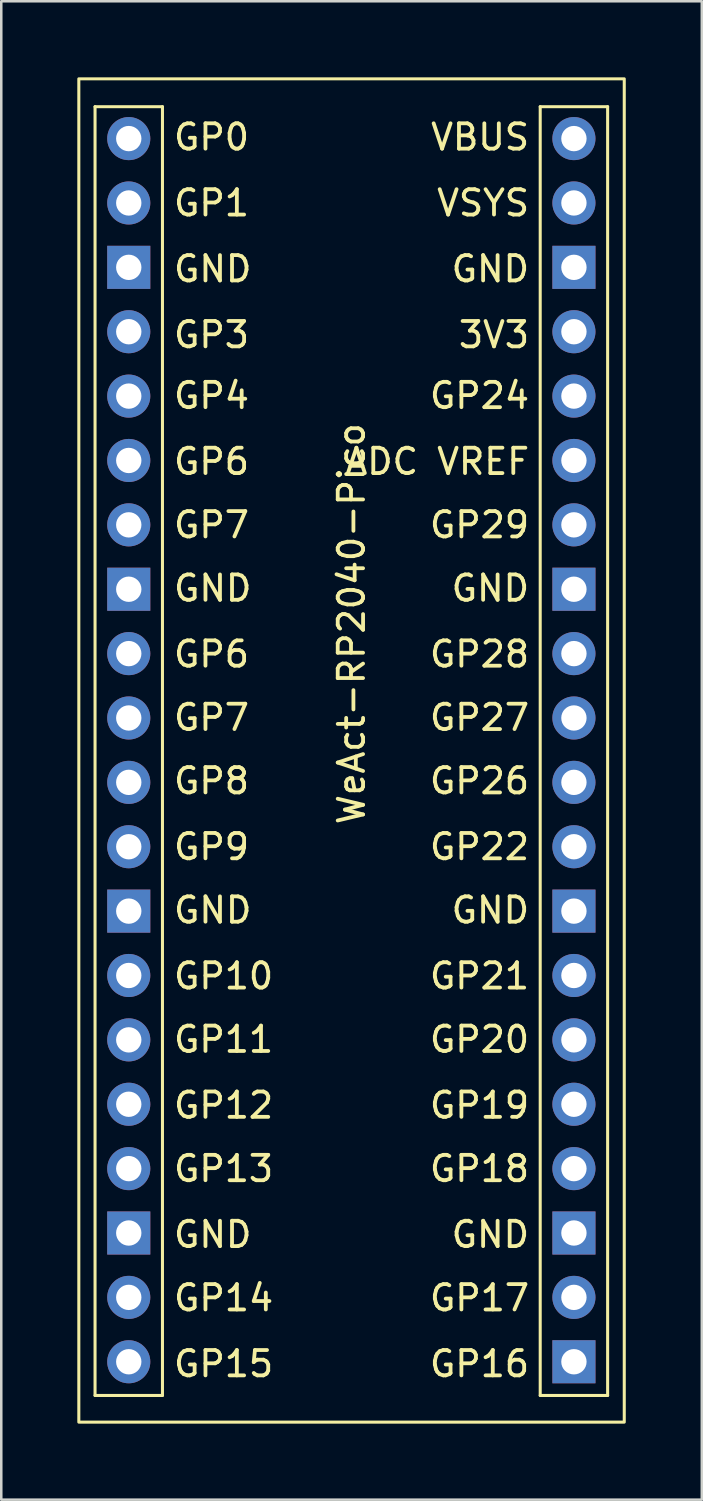
<source format=kicad_pcb>
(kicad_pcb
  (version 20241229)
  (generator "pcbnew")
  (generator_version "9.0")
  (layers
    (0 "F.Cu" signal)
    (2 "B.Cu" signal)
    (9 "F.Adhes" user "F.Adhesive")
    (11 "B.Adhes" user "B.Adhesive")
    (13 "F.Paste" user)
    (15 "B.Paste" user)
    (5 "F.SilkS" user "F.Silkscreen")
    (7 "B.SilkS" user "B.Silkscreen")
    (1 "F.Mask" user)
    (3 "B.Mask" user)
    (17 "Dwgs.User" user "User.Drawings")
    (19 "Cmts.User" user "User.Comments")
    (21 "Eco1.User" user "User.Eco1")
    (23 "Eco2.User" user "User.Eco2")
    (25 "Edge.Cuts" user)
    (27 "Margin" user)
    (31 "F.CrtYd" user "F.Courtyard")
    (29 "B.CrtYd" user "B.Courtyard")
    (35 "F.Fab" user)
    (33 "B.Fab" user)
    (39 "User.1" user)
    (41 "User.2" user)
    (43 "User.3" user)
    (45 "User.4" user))
  (footprint "WeAct-RP2040-Pico"
    (layer "F.Cu")
    (at 10.82 26.56)
    (property "Reference" "WeAct-RP2040-Pico" (at 0 -5 90) (unlocked yes) (layer "F.SilkS") (effects (font (size 1 1) (thickness 0.15))))
    (attr through_hole)
    (fp_line (start -10.12 -25.4) (end -10.12 25.448) (stroke (width 0.12) (type solid)) (layer "F.SilkS"))
    (fp_line (start -10.12 -25.4) (end -7.46 -25.4) (stroke (width 0.12) (type solid)) (layer "F.SilkS"))
    (fp_line (start -10.12 25.448) (end -7.46 25.448) (stroke (width 0.12) (type solid)) (layer "F.SilkS"))
    (fp_line (start -7.46 -25.4) (end -7.46 25.448) (stroke (width 0.12) (type solid)) (layer "F.SilkS"))
    (fp_line (start 7.444 -25.4) (end 7.444 25.448) (stroke (width 0.12) (type solid)) (layer "F.SilkS"))
    (fp_line (start 7.444 -25.4) (end 10.104 -25.4) (stroke (width 0.12) (type solid)) (layer "F.SilkS"))
    (fp_line (start 7.444 25.448) (end 10.104 25.448) (stroke (width 0.12) (type solid)) (layer "F.SilkS"))
    (fp_line (start 10.104 -25.4) (end 10.104 25.448) (stroke (width 0.12) (type solid)) (layer "F.SilkS"))
    (fp_rect (start -10.76 -26.5) (end 10.76 26.5) (stroke (width 0.12) (type solid)) (fill no) (layer "F.SilkS"))
    (fp_text user "GP20" (at 7.1 11.4 0) (layer "F.SilkS") (effects (font (size 1 1) (thickness 0.15)) (justify right)))
    (fp_text user "GND" (at -7.1 19.1 0) (layer "F.SilkS") (effects (font (size 1 1) (thickness 0.15)) (justify left)))
    (fp_text user "3V3" (at 7.1 -16.4 0) (layer "F.SilkS") (effects (font (size 1 1) (thickness 0.15)) (justify right)))
    (fp_text user "GP28" (at 7.1 -3.8 0) (layer "F.SilkS") (effects (font (size 1 1) (thickness 0.15)) (justify right)))
    (fp_text user "GP6" (at -7.1 -3.8 0) (layer "F.SilkS") (effects (font (size 1 1) (thickness 0.15)) (justify left)))
    (fp_text user "GP19" (at 7.1 14 0) (layer "F.SilkS") (effects (font (size 1 1) (thickness 0.15)) (justify right)))
    (fp_text user "GP10" (at -7.1 8.9 0) (layer "F.SilkS") (effects (font (size 1 1) (thickness 0.15)) (justify left)))
    (fp_text user "GP17" (at 7.1 21.6 0) (layer "F.SilkS") (effects (font (size 1 1) (thickness 0.15)) (justify right)))
    (fp_text user "VBUS" (at 7.1 -24.2 0) (layer "F.SilkS") (effects (font (size 1 1) (thickness 0.15) (bold yes)) (justify right)))
    (fp_text user "GP7" (at -7.1 -8.9 0) (layer "F.SilkS") (effects (font (size 1 1) (thickness 0.15)) (justify left)))
    (fp_text user "GP13" (at -7.1 16.5 0) (layer "F.SilkS") (effects (font (size 1 1) (thickness 0.15)) (justify left)))
    (fp_text user "GP26" (at 7.1 1.2 0) (layer "F.SilkS") (effects (font (size 1 1) (thickness 0.15)) (justify right)))
    (fp_text user "GND" (at -7.1 -6.4 0) (layer "F.SilkS") (effects (font (size 1 1) (thickness 0.15)) (justify left)))
    (fp_text user "GND" (at -7.1 -19 0) (layer "F.SilkS") (effects (font (size 1 1) (thickness 0.15)) (justify left)))
    (fp_text user "GP11" (at -7.1 11.4 0) (layer "F.SilkS") (effects (font (size 1 1) (thickness 0.15)) (justify left)))
    (fp_text user "GP21" (at 7.1 8.9 0) (layer "F.SilkS") (effects (font (size 1 1) (thickness 0.15)) (justify right)))
    (fp_text user "GP6" (at -7.1 -11.4 0) (layer "F.SilkS") (effects (font (size 1 1) (thickness 0.15)) (justify left)))
    (fp_text user "GND" (at 7.1 19.1 0) (layer "F.SilkS") (effects (font (size 1 1) (thickness 0.15)) (justify right)))
    (fp_text user "GP1" (at -7.1 -21.6 0) (layer "F.SilkS") (effects (font (size 1 1) (thickness 0.15)) (justify left)))
    (fp_text user "GND" (at 7.1 -6.4 0) (layer "F.SilkS") (effects (font (size 1 1) (thickness 0.15)) (justify right)))
    (fp_text user "ADC VREF" (at 7.1 -11.4 0) (layer "F.SilkS") (effects (font (size 1 1) (thickness 0.15)) (justify right)))
    (fp_text user "GP27" (at 7.1 -1.3 0) (layer "F.SilkS") (effects (font (size 1 1) (thickness 0.15)) (justify right)))
    (fp_text user "GND" (at 7.1 -19 0) (layer "F.SilkS") (effects (font (size 1 1) (thickness 0.15)) (justify right)))
    (fp_text user "GND" (at -7.1 6.3 0) (layer "F.SilkS") (effects (font (size 1 1) (thickness 0.15)) (justify left)))
    (fp_text user "GP24" (at 7.1 -14 0) (layer "F.SilkS") (effects (font (size 1 1) (thickness 0.15)) (justify right)))
    (fp_text user "GP7" (at -7.1 -1.3 0) (layer "F.SilkS") (effects (font (size 1 1) (thickness 0.15)) (justify left)))
    (fp_text user "GP22" (at 7.1 3.8 0) (layer "F.SilkS") (effects (font (size 1 1) (thickness 0.15)) (justify right)))
    (fp_text user "GP12" (at -7.1 14 0) (layer "F.SilkS") (effects (font (size 1 1) (thickness 0.15)) (justify left)))
    (fp_text user "GP29" (at 7.1 -8.9 0) (layer "F.SilkS") (effects (font (size 1 1) (thickness 0.15)) (justify right)))
    (fp_text user "GP3" (at -7.1 -16.4 0) (layer "F.SilkS") (effects (font (size 1 1) (thickness 0.15)) (justify left)))
    (fp_text user "GP9" (at -7.1 3.8 0) (layer "F.SilkS") (effects (font (size 1 1) (thickness 0.15)) (justify left)))
    (fp_text user "GP4" (at -7.1 -14 0) (layer "F.SilkS") (effects (font (size 1 1) (thickness 0.15)) (justify left)))
    (fp_text user "GP18" (at 7.1 16.5 0) (layer "F.SilkS") (effects (font (size 1 1) (thickness 0.15)) (justify right)))
    (fp_text user "GP16" (at 7.1 24.2 0) (layer "F.SilkS") (effects (font (size 1 1) (thickness 0.15)) (justify right)))
    (fp_text user "GP0" (at -7.1 -24.2 0) (layer "F.SilkS") (effects (font (size 1 1) (thickness 0.15)) (justify left)))
    (fp_text user "GP8" (at -7.1 1.2 0) (layer "F.SilkS") (effects (font (size 1 1) (thickness 0.15)) (justify left)))
    (fp_text user "VSYS" (at 7.1 -21.6 0) (layer "F.SilkS") (effects (font (size 1 1) (thickness 0.15)) (justify right)))
    (fp_text user "GP14" (at -7.1 21.6 0) (layer "F.SilkS") (effects (font (size 1 1) (thickness 0.15)) (justify left)))
    (fp_text user "GND" (at 7.1 6.3 0) (layer "F.SilkS") (effects (font (size 1 1) (thickness 0.15)) (justify right)))
    (fp_text user "GP15" (at -7.1 24.2 0) (layer "F.SilkS") (effects (font (size 1 1) (thickness 0.15)) (justify left)))
    (pad "1" thru_hole circle (at -8.79 -24.142) (size 1.7 1.7) (drill 1) (layers "*.Cu" "*.Mask"))
    (pad "2" thru_hole oval (at -8.79 -21.602) (size 1.7 1.7) (drill 1) (layers "*.Cu" "*.Mask"))
    (pad "3" thru_hole rect (at -8.79 -19.062) (size 1.7 1.7) (drill 1) (layers "*.Cu" "*.Mask"))
    (pad "4" thru_hole oval (at -8.79 -16.522) (size 1.7 1.7) (drill 1) (layers "*.Cu" "*.Mask"))
    (pad "5" thru_hole oval (at -8.79 -13.982) (size 1.7 1.7) (drill 1) (layers "*.Cu" "*.Mask"))
    (pad "6" thru_hole oval (at -8.79 -11.442) (size 1.7 1.7) (drill 1) (layers "*.Cu" "*.Mask"))
    (pad "7" thru_hole oval (at -8.79 -8.902) (size 1.7 1.7) (drill 1) (layers "*.Cu" "*.Mask"))
    (pad "8" thru_hole rect (at -8.79 -6.362) (size 1.7 1.7) (drill 1) (layers "*.Cu" "*.Mask"))
    (pad "9" thru_hole oval (at -8.79 -3.822) (size 1.7 1.7) (drill 1) (layers "*.Cu" "*.Mask"))
    (pad "10" thru_hole oval (at -8.79 -1.282) (size 1.7 1.7) (drill 1) (layers "*.Cu" "*.Mask"))
    (pad "11" thru_hole oval (at -8.79 1.258) (size 1.7 1.7) (drill 1) (layers "*.Cu" "*.Mask"))
    (pad "12" thru_hole oval (at -8.79 3.798) (size 1.7 1.7) (drill 1) (layers "*.Cu" "*.Mask"))
    (pad "13" thru_hole rect (at -8.79 6.338) (size 1.7 1.7) (drill 1) (layers "*.Cu" "*.Mask"))
    (pad "14" thru_hole oval (at -8.79 8.878) (size 1.7 1.7) (drill 1) (layers "*.Cu" "*.Mask"))
    (pad "15" thru_hole oval (at -8.79 11.418) (size 1.7 1.7) (drill 1) (layers "*.Cu" "*.Mask"))
    (pad "16" thru_hole oval (at -8.79 13.958) (size 1.7 1.7) (drill 1) (layers "*.Cu" "*.Mask"))
    (pad "17" thru_hole oval (at -8.79 16.498) (size 1.7 1.7) (drill 1) (layers "*.Cu" "*.Mask"))
    (pad "18" thru_hole rect (at -8.79 19.038) (size 1.7 1.7) (drill 1) (layers "*.Cu" "*.Mask"))
    (pad "19" thru_hole oval (at -8.79 21.578) (size 1.7 1.7) (drill 1) (layers "*.Cu" "*.Mask"))
    (pad "20" thru_hole oval (at -8.79 24.118) (size 1.7 1.7) (drill 1) (layers "*.Cu" "*.Mask"))
    (pad "21" thru_hole rect (at 8.774 24.118) (size 1.7 1.7) (drill 1) (layers "*.Cu" "*.Mask"))
    (pad "22" thru_hole oval (at 8.774 21.578) (size 1.7 1.7) (drill 1) (layers "*.Cu" "*.Mask"))
    (pad "23" thru_hole rect (at 8.774 19.038) (size 1.7 1.7) (drill 1) (layers "*.Cu" "*.Mask"))
    (pad "24" thru_hole oval (at 8.774 16.498) (size 1.7 1.7) (drill 1) (layers "*.Cu" "*.Mask"))
    (pad "25" thru_hole oval (at 8.774 13.958) (size 1.7 1.7) (drill 1) (layers "*.Cu" "*.Mask"))
    (pad "26" thru_hole oval (at 8.774 11.418) (size 1.7 1.7) (drill 1) (layers "*.Cu" "*.Mask"))
    (pad "27" thru_hole oval (at 8.774 8.878) (size 1.7 1.7) (drill 1) (layers "*.Cu" "*.Mask"))
    (pad "28" thru_hole rect (at 8.774 6.338) (size 1.7 1.7) (drill 1) (layers "*.Cu" "*.Mask"))
    (pad "29" thru_hole oval (at 8.774 3.798) (size 1.7 1.7) (drill 1) (layers "*.Cu" "*.Mask"))
    (pad "30" thru_hole oval (at 8.774 1.258) (size 1.7 1.7) (drill 1) (layers "*.Cu" "*.Mask"))
    (pad "31" thru_hole oval (at 8.774 -1.282) (size 1.7 1.7) (drill 1) (layers "*.Cu" "*.Mask"))
    (pad "32" thru_hole oval (at 8.774 -3.822) (size 1.7 1.7) (drill 1) (layers "*.Cu" "*.Mask"))
    (pad "33" thru_hole rect (at 8.774 -6.362) (size 1.7 1.7) (drill 1) (layers "*.Cu" "*.Mask"))
    (pad "34" thru_hole oval (at 8.774 -8.902) (size 1.7 1.7) (drill 1) (layers "*.Cu" "*.Mask"))
    (pad "35" thru_hole oval (at 8.774 -11.442) (size 1.7 1.7) (drill 1) (layers "*.Cu" "*.Mask"))
    (pad "36" thru_hole oval (at 8.774 -13.982) (size 1.7 1.7) (drill 1) (layers "*.Cu" "*.Mask"))
    (pad "37" thru_hole oval (at 8.774 -16.522) (size 1.7 1.7) (drill 1) (layers "*.Cu" "*.Mask"))
    (pad "38" thru_hole rect (at 8.774 -19.062) (size 1.7 1.7) (drill 1) (layers "*.Cu" "*.Mask"))
    (pad "39" thru_hole oval (at 8.774 -21.602) (size 1.7 1.7) (drill 1) (layers "*.Cu" "*.Mask"))
    (pad "40" thru_hole circle (at 8.774 -24.142) (size 1.7 1.7) (drill 1) (layers "*.Cu" "*.Mask")))
  (gr_rect
    (start -3 -3)
    (end 24.64 56.12)
    (stroke (width 0.1) (type default))
    (fill no)
    (layer "Edge.Cuts")))
</source>
